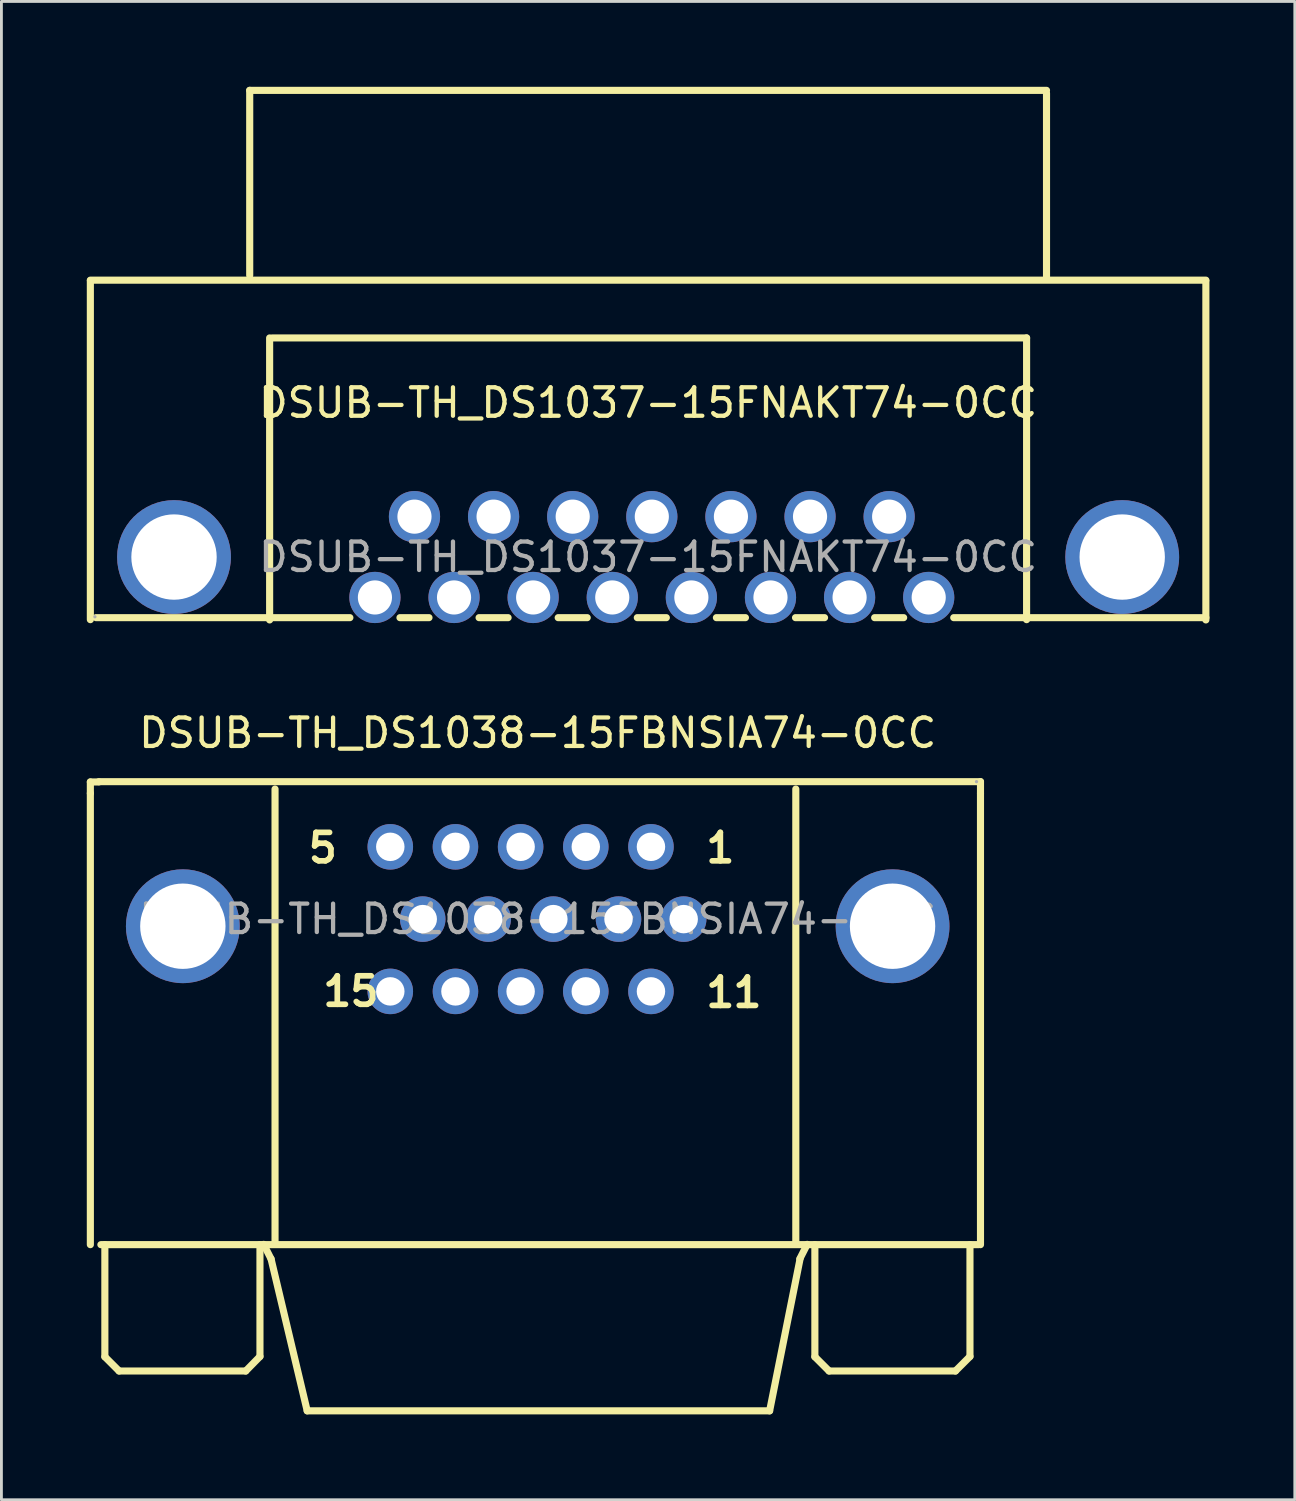
<source format=kicad_pcb>
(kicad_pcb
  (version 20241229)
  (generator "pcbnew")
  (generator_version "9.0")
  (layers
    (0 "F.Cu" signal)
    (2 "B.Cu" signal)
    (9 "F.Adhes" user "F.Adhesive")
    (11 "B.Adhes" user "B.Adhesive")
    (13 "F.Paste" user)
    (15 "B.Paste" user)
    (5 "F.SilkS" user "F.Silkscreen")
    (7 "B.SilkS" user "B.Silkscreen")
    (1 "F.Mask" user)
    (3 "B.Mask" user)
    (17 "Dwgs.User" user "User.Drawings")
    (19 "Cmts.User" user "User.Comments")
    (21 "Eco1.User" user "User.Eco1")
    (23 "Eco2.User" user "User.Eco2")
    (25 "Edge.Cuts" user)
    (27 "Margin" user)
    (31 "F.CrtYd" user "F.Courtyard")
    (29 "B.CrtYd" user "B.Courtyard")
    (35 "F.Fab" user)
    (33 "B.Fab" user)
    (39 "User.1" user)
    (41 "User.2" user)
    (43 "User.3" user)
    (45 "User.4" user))
  (footprint "DSUB-TH_DS1037-15FNAKT74-0CC"
    (layer "F.Cu")
    (at 19.725 16.525)
    (property "Reference" "DSUB-TH_DS1037-15FNAKT74-0CC" (at 0 -5.42 0) (layer "F.SilkS") (effects (font (size 1 1) (thickness 0.15))))
    (attr through_hole)
    (fp_line (start -19.6 -9.73) (end 19.6 -9.73) (stroke (width 0.25) (type solid)) (layer "F.SilkS"))
    (fp_line (start -19.6 -9.71) (end -19.6 2.2) (stroke (width 0.25) (type solid)) (layer "F.SilkS"))
    (fp_line (start -19.4 2.13) (end -10.48 2.13) (stroke (width 0.25) (type solid)) (layer "F.SilkS"))
    (fp_line (start -14 -16.4) (end -14 -9.9) (stroke (width 0.25) (type solid)) (layer "F.SilkS"))
    (fp_line (start -14 -16.4) (end 14 -16.4) (stroke (width 0.25) (type solid)) (layer "F.SilkS"))
    (fp_line (start -13.3 -7.7) (end -13.3 2.21) (stroke (width 0.25) (type solid)) (layer "F.SilkS"))
    (fp_line (start -13.2 -7.7) (end 13.3 -7.7) (stroke (width 0.25) (type solid)) (layer "F.SilkS"))
    (fp_line (start -8.72 2.13) (end -7.7 2.13) (stroke (width 0.25) (type solid)) (layer "F.SilkS"))
    (fp_line (start -5.94 2.13) (end -4.92 2.13) (stroke (width 0.25) (type solid)) (layer "F.SilkS"))
    (fp_line (start -3.16 2.13) (end -2.14 2.13) (stroke (width 0.25) (type solid)) (layer "F.SilkS"))
    (fp_line (start -0.38 2.13) (end 0.64 2.13) (stroke (width 0.25) (type solid)) (layer "F.SilkS"))
    (fp_line (start 2.4 2.13) (end 3.42 2.13) (stroke (width 0.25) (type solid)) (layer "F.SilkS"))
    (fp_line (start 5.18 2.13) (end 6.2 2.13) (stroke (width 0.25) (type solid)) (layer "F.SilkS"))
    (fp_line (start 7.96 2.13) (end 8.98 2.13) (stroke (width 0.25) (type solid)) (layer "F.SilkS"))
    (fp_line (start 10.74 2.13) (end 19.6 2.13) (stroke (width 0.25) (type solid)) (layer "F.SilkS"))
    (fp_line (start 13.3 -7.7) (end 13.3 2.2) (stroke (width 0.25) (type solid)) (layer "F.SilkS"))
    (fp_line (start 14 -16.3) (end 14 -9.8) (stroke (width 0.25) (type solid)) (layer "F.SilkS"))
    (fp_line (start 19.6 -9.7) (end 19.6 2.21) (stroke (width 0.25) (type solid)) (layer "F.SilkS"))
    (fp_circle (center -19.44 2.1) (end -19.41 2.1) (stroke (width 0.06) (type solid)) (fill no) (layer "F.Fab"))
    (fp_circle (center -9.6 1.42) (end -9.44 1.42) (stroke (width 0.32) (type solid)) (fill no) (layer "F.Fab"))
    (fp_circle (center -8.21 -1.42) (end -8.05 -1.42) (stroke (width 0.32) (type solid)) (fill no) (layer "F.Fab"))
    (fp_circle (center -6.82 1.42) (end -6.66 1.42) (stroke (width 0.32) (type solid)) (fill no) (layer "F.Fab"))
    (fp_circle (center -5.43 -1.42) (end -5.27 -1.42) (stroke (width 0.32) (type solid)) (fill no) (layer "F.Fab"))
    (fp_circle (center -4.04 1.42) (end -3.88 1.42) (stroke (width 0.32) (type solid)) (fill no) (layer "F.Fab"))
    (fp_circle (center -2.65 -1.42) (end -2.49 -1.42) (stroke (width 0.32) (type solid)) (fill no) (layer "F.Fab"))
    (fp_circle (center -1.26 1.42) (end -1.1 1.42) (stroke (width 0.32) (type solid)) (fill no) (layer "F.Fab"))
    (fp_circle (center 0.13 -1.42) (end 0.29 -1.42) (stroke (width 0.32) (type solid)) (fill no) (layer "F.Fab"))
    (fp_circle (center 1.52 1.42) (end 1.68 1.42) (stroke (width 0.32) (type solid)) (fill no) (layer "F.Fab"))
    (fp_circle (center 2.91 -1.42) (end 3.07 -1.42) (stroke (width 0.32) (type solid)) (fill no) (layer "F.Fab"))
    (fp_circle (center 4.3 1.42) (end 4.46 1.42) (stroke (width 0.32) (type solid)) (fill no) (layer "F.Fab"))
    (fp_circle (center 5.69 -1.42) (end 5.85 -1.42) (stroke (width 0.32) (type solid)) (fill no) (layer "F.Fab"))
    (fp_circle (center 7.08 1.42) (end 7.24 1.42) (stroke (width 0.32) (type solid)) (fill no) (layer "F.Fab"))
    (fp_circle (center 8.47 -1.42) (end 8.63 -1.42) (stroke (width 0.32) (type solid)) (fill no) (layer "F.Fab"))
    (fp_circle (center 9.86 1.42) (end 10.02 1.42) (stroke (width 0.32) (type solid)) (fill no) (layer "F.Fab"))
    (fp_text user "${REFERENCE}" (at 0 0 0) (layer "F.Fab") (effects (font (size 1 1) (thickness 0.15))))
    (pad "1" thru_hole circle (at -9.6 1.42) (size 1.8 1.8) (drill 1.2) (layers "*.Cu" "*.Mask"))
    (pad "2" thru_hole circle (at -6.82 1.42) (size 1.8 1.8) (drill 1.2) (layers "*.Cu" "*.Mask"))
    (pad "3" thru_hole circle (at -4.04 1.42) (size 1.8 1.8) (drill 1.2) (layers "*.Cu" "*.Mask"))
    (pad "4" thru_hole circle (at -1.26 1.42) (size 1.8 1.8) (drill 1.2) (layers "*.Cu" "*.Mask"))
    (pad "5" thru_hole circle (at 1.52 1.42) (size 1.8 1.8) (drill 1.2) (layers "*.Cu" "*.Mask"))
    (pad "6" thru_hole circle (at 4.3 1.42) (size 1.8 1.8) (drill 1.2) (layers "*.Cu" "*.Mask"))
    (pad "7" thru_hole circle (at 7.08 1.42) (size 1.8 1.8) (drill 1.2) (layers "*.Cu" "*.Mask"))
    (pad "8" thru_hole circle (at 9.86 1.42) (size 1.8 1.8) (drill 1.2) (layers "*.Cu" "*.Mask"))
    (pad "9" thru_hole circle (at -8.21 -1.42) (size 1.8 1.8) (drill 1.2) (layers "*.Cu" "*.Mask"))
    (pad "10" thru_hole circle (at -5.43 -1.42) (size 1.8 1.8) (drill 1.2) (layers "*.Cu" "*.Mask"))
    (pad "11" thru_hole circle (at -2.65 -1.42) (size 1.8 1.8) (drill 1.2) (layers "*.Cu" "*.Mask"))
    (pad "12" thru_hole circle (at 0.13 -1.42) (size 1.8 1.8) (drill 1.2) (layers "*.Cu" "*.Mask"))
    (pad "13" thru_hole circle (at 2.91 -1.42) (size 1.8 1.8) (drill 1.2) (layers "*.Cu" "*.Mask"))
    (pad "14" thru_hole circle (at 5.69 -1.42) (size 1.8 1.8) (drill 1.2) (layers "*.Cu" "*.Mask"))
    (pad "15" thru_hole circle (at 8.47 -1.42) (size 1.8 1.8) (drill 1.2) (layers "*.Cu" "*.Mask"))
    (pad "16" thru_hole circle (at 16.66 0) (size 4 4) (drill 3) (layers "*.Cu" "*.Mask"))
    (pad "17" thru_hole circle (at -16.66 0) (size 4 4) (drill 3) (layers "*.Cu" "*.Mask")))
  (footprint "DSUB-TH_DS1038-15FBNSIA74-0CC"
    (layer "F.Cu")
    (at 15.845 29.248)
    (property "Reference" "DSUB-TH_DS1038-15FBNSIA74-0CC" (at 0 -6.54 0) (layer "F.SilkS") (effects (font (size 1 1) (thickness 0.15))))
    (attr through_hole)
    (fp_line (start -15.72 -4.82) (end -15.42 -4.82) (stroke (width 0.25) (type solid)) (layer "F.SilkS"))
    (fp_line (start -15.72 -4.42) (end -15.72 -4.82) (stroke (width 0.25) (type solid)) (layer "F.SilkS"))
    (fp_line (start -15.72 -4.42) (end -15.72 11.44) (stroke (width 0.25) (type solid)) (layer "F.SilkS"))
    (fp_line (start -15.21 11.44) (end -15.21 15.38) (stroke (width 0.25) (type solid)) (layer "F.SilkS"))
    (fp_line (start -15.21 15.38) (end -14.71 15.88) (stroke (width 0.25) (type solid)) (layer "F.SilkS"))
    (fp_line (start -14.71 15.88) (end -10.26 15.88) (stroke (width 0.25) (type solid)) (layer "F.SilkS"))
    (fp_line (start -10.26 15.88) (end -9.76 15.37) (stroke (width 0.25) (type solid)) (layer "F.SilkS"))
    (fp_line (start -9.76 15.37) (end -9.76 11.44) (stroke (width 0.25) (type solid)) (layer "F.SilkS"))
    (fp_line (start -9.37 11.94) (end -9.63 11.43) (stroke (width 0.25) (type solid)) (layer "F.SilkS"))
    (fp_line (start -9.37 11.94) (end -8.1 17.28) (stroke (width 0.25) (type solid)) (layer "F.SilkS"))
    (fp_line (start -9.23 11.43) (end -9.23 -4.57) (stroke (width 0.25) (type solid)) (layer "F.SilkS"))
    (fp_line (start -8.1 17.28) (end 8.15 17.28) (stroke (width 0.25) (type solid)) (layer "F.SilkS"))
    (fp_line (start 8.15 17.28) (end 9.22 11.94) (stroke (width 0.25) (type solid)) (layer "F.SilkS"))
    (fp_line (start 9.07 11.43) (end 9.07 -4.57) (stroke (width 0.25) (type solid)) (layer "F.SilkS"))
    (fp_line (start 9.21 11.94) (end 9.47 11.43) (stroke (width 0.25) (type solid)) (layer "F.SilkS"))
    (fp_line (start 9.74 11.44) (end 9.74 15.38) (stroke (width 0.25) (type solid)) (layer "F.SilkS"))
    (fp_line (start 9.74 15.38) (end 10.24 15.88) (stroke (width 0.25) (type solid)) (layer "F.SilkS"))
    (fp_line (start 10.24 15.88) (end 14.68 15.88) (stroke (width 0.25) (type solid)) (layer "F.SilkS"))
    (fp_line (start 14.68 15.88) (end 15.19 15.37) (stroke (width 0.25) (type solid)) (layer "F.SilkS"))
    (fp_line (start 15.19 15.37) (end 15.19 11.44) (stroke (width 0.25) (type solid)) (layer "F.SilkS"))
    (fp_line (start 15.49 11.44) (end -15.35 11.44) (stroke (width 0.25) (type solid)) (layer "F.SilkS"))
    (fp_line (start 15.56 -4.83) (end -15.42 -4.83) (stroke (width 0.25) (type solid)) (layer "F.SilkS"))
    (fp_line (start 15.56 -4.42) (end 15.56 -4.83) (stroke (width 0.25) (type solid)) (layer "F.SilkS"))
    (fp_line (start 15.56 -4.42) (end 15.56 11.44) (stroke (width 0.25) (type solid)) (layer "F.SilkS"))
    (fp_circle (center 15.42 -4.83) (end 15.45 -4.83) (stroke (width 0.06) (type solid)) (fill no) (layer "F.Fab"))
    (fp_text user "5" (at -8.16 -2.5 0) (layer "F.SilkS") (effects (font (size 1 1) (thickness 0.2)) (justify left)))
    (fp_text user "11" (at 5.81 2.58 0) (layer "F.SilkS") (effects (font (size 1 1) (thickness 0.2)) (justify left)))
    (fp_text user "15" (at -7.65 2.54 0) (layer "F.SilkS") (effects (font (size 1 1) (thickness 0.2)) (justify left)))
    (fp_text user "1" (at 5.81 -2.5 0) (layer "F.SilkS") (effects (font (size 1 1) (thickness 0.2)) (justify left)))
    (fp_text user "${REFERENCE}" (at 0 0 0) (layer "F.Fab") (effects (font (size 1 1) (thickness 0.15))))
    (pad "1" thru_hole circle (at 3.98 -2.54) (size 1.6 1.6) (drill 1) (layers "*.Cu" "*.Mask"))
    (pad "2" thru_hole circle (at 1.69 -2.54) (size 1.6 1.6) (drill 1) (layers "*.Cu" "*.Mask"))
    (pad "3" thru_hole circle (at -0.6 -2.54) (size 1.6 1.6) (drill 1) (layers "*.Cu" "*.Mask"))
    (pad "4" thru_hole circle (at -2.89 -2.54) (size 1.6 1.6) (drill 1) (layers "*.Cu" "*.Mask"))
    (pad "5" thru_hole circle (at -5.18 -2.54) (size 1.6 1.6) (drill 1) (layers "*.Cu" "*.Mask"))
    (pad "6" thru_hole circle (at 5.13 0) (size 1.6 1.6) (drill 1) (layers "*.Cu" "*.Mask"))
    (pad "7" thru_hole circle (at 2.84 0) (size 1.6 1.6) (drill 1) (layers "*.Cu" "*.Mask"))
    (pad "8" thru_hole circle (at 0.55 0) (size 1.6 1.6) (drill 1) (layers "*.Cu" "*.Mask"))
    (pad "9" thru_hole circle (at -1.74 0) (size 1.6 1.6) (drill 1) (layers "*.Cu" "*.Mask"))
    (pad "10" thru_hole circle (at -4.04 0) (size 1.6 1.6) (drill 1) (layers "*.Cu" "*.Mask"))
    (pad "11" thru_hole circle (at 3.98 2.54) (size 1.6 1.6) (drill 1) (layers "*.Cu" "*.Mask"))
    (pad "12" thru_hole circle (at 1.69 2.54) (size 1.6 1.6) (drill 1) (layers "*.Cu" "*.Mask"))
    (pad "13" thru_hole circle (at -0.6 2.54) (size 1.6 1.6) (drill 1) (layers "*.Cu" "*.Mask"))
    (pad "14" thru_hole circle (at -2.89 2.54) (size 1.6 1.6) (drill 1) (layers "*.Cu" "*.Mask"))
    (pad "15" thru_hole circle (at -5.18 2.54) (size 1.6 1.6) (drill 1) (layers "*.Cu" "*.Mask"))
    (pad "16" thru_hole circle (at 12.47 0.25) (size 4 4) (drill 3) (layers "*.Cu" "*.Mask"))
    (pad "17" thru_hole circle (at -12.47 0.25) (size 4 4) (drill 3) (layers "*.Cu" "*.Mask")))
  (gr_rect
    (start -3 -3)
    (end 42.45 49.653)
    (stroke (width 0.1) (type default))
    (fill no)
    (layer "Edge.Cuts")))
</source>
